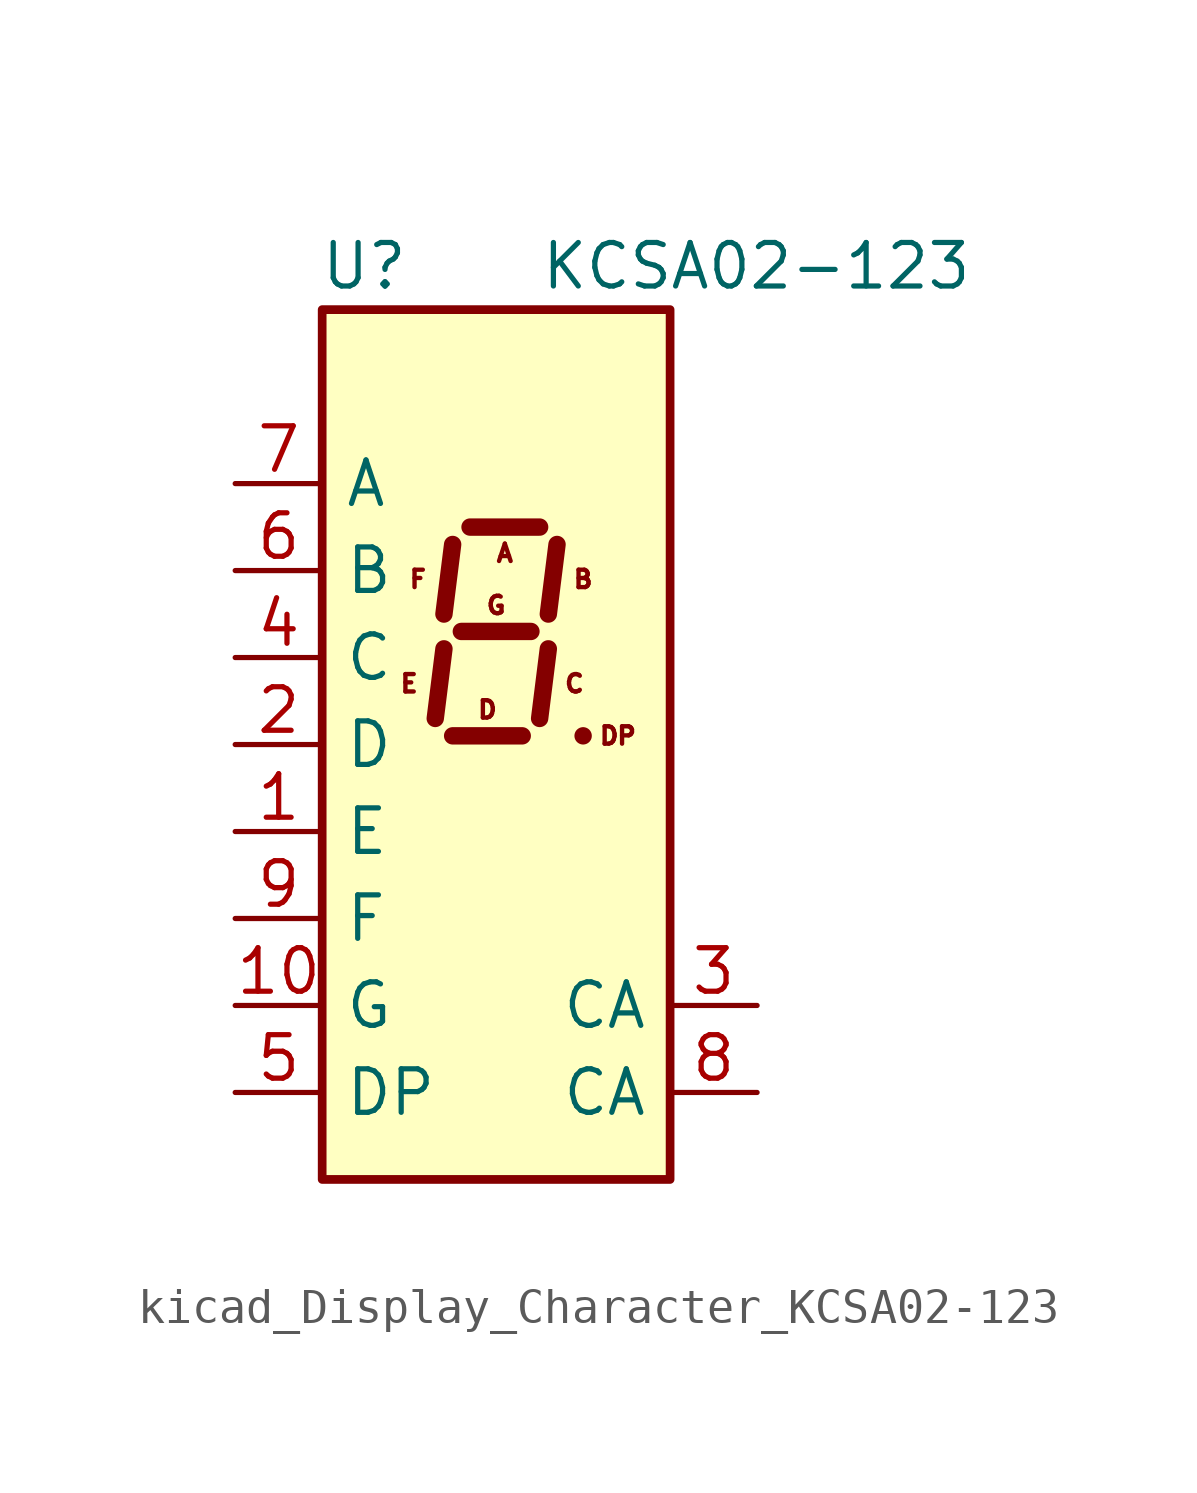
<source format=kicad_sym>
(kicad_symbol_lib
  (version 20220914)
  (generator kicad_symbol_editor)
  (symbol "kicad_Display_Character_KCSA02-123"
    (pin_names
      (offset 0.635))
    (property "Reference" "U"
      (at -2.54 13.97 0)
      (effects (font (size 1.27 1.27)) (justify right)))
    (property "Value" "KCSA02-123"
      (at 1.27 13.97 0)
      (effects (font (size 1.27 1.27)) (justify left)))
    (symbol "kicad_Display_Character_KCSA02-123_0_0"
      (text "A" (at 0.254 5.588 0) (effects (font (size 0.508 0.508))))
      (text "B" (at 2.54 4.826 0) (effects (font (size 0.508 0.508))))
      (text "C" (at 2.286 1.778 0) (effects (font (size 0.508 0.508))))
      (text "D" (at -0.254 1.016 0) (effects (font (size 0.508 0.508))))
      (text "DP" (at 3.556 0.254 0) (effects (font (size 0.508 0.508))))
      (text "E" (at -2.54 1.778 0) (effects (font (size 0.508 0.508))))
      (text "F" (at -2.286 4.826 0) (effects (font (size 0.508 0.508))))
      (text "G" (at 0 4.064 0) (effects (font (size 0.508 0.508)))))
    (symbol "kicad_Display_Character_KCSA02-123_0_1"
      (rectangle (start -5.08 12.7) (end 5.08 -12.7) (stroke (width 0.254) (type default)) (fill (type background)))
      (polyline (pts (xy -1.524 2.794) (xy -1.778 0.762)) (stroke (width 0.508) (type default)) (fill (type none)))
      (polyline (pts (xy -1.27 0.254) (xy 0.762 0.254)) (stroke (width 0.508) (type default)) (fill (type none)))
      (polyline (pts (xy -1.27 5.842) (xy -1.524 3.81)) (stroke (width 0.508) (type default)) (fill (type none)))
      (polyline (pts (xy -1.016 3.302) (xy 1.016 3.302)) (stroke (width 0.508) (type default)) (fill (type none)))
      (polyline (pts (xy -0.762 6.35) (xy 1.27 6.35)) (stroke (width 0.508) (type default)) (fill (type none)))
      (polyline (pts (xy 1.524 2.794) (xy 1.27 0.762)) (stroke (width 0.508) (type default)) (fill (type none)))
      (polyline (pts (xy 1.778 5.842) (xy 1.524 3.81)) (stroke (width 0.508) (type default)) (fill (type none)))
      (polyline (pts (xy 2.54 0.254) (xy 2.54 0.254)) (stroke (width 0.508) (type default)) (fill (type none))))
    (symbol "kicad_Display_Character_KCSA02-123_1_1"
      (pin input line (at -7.62 -2.54 0) (length 2.54) (name "E" (effects (font (size 1.27 1.27)))) (number "1" (effects (font (size 1.27 1.27)))))
      (pin input line (at -7.62 -7.62 0) (length 2.54) (name "G" (effects (font (size 1.27 1.27)))) (number "10" (effects (font (size 1.27 1.27)))))
      (pin input line (at -7.62 0 0) (length 2.54) (name "D" (effects (font (size 1.27 1.27)))) (number "2" (effects (font (size 1.27 1.27)))))
      (pin input line (at 7.62 -7.62 180) (length 2.54) (name "CA" (effects (font (size 1.27 1.27)))) (number "3" (effects (font (size 1.27 1.27)))))
      (pin input line (at -7.62 2.54 0) (length 2.54) (name "C" (effects (font (size 1.27 1.27)))) (number "4" (effects (font (size 1.27 1.27)))))
      (pin input line (at -7.62 -10.16 0) (length 2.54) (name "DP" (effects (font (size 1.27 1.27)))) (number "5" (effects (font (size 1.27 1.27)))))
      (pin input line (at -7.62 5.08 0) (length 2.54) (name "B" (effects (font (size 1.27 1.27)))) (number "6" (effects (font (size 1.27 1.27)))))
      (pin input line (at -7.62 7.62 0) (length 2.54) (name "A" (effects (font (size 1.27 1.27)))) (number "7" (effects (font (size 1.27 1.27)))))
      (pin input line (at 7.62 -10.16 180) (length 2.54) (name "CA" (effects (font (size 1.27 1.27)))) (number "8" (effects (font (size 1.27 1.27)))))
      (pin input line (at -7.62 -5.08 0) (length 2.54) (name "F" (effects (font (size 1.27 1.27)))) (number "9" (effects (font (size 1.27 1.27))))))))
</source>
